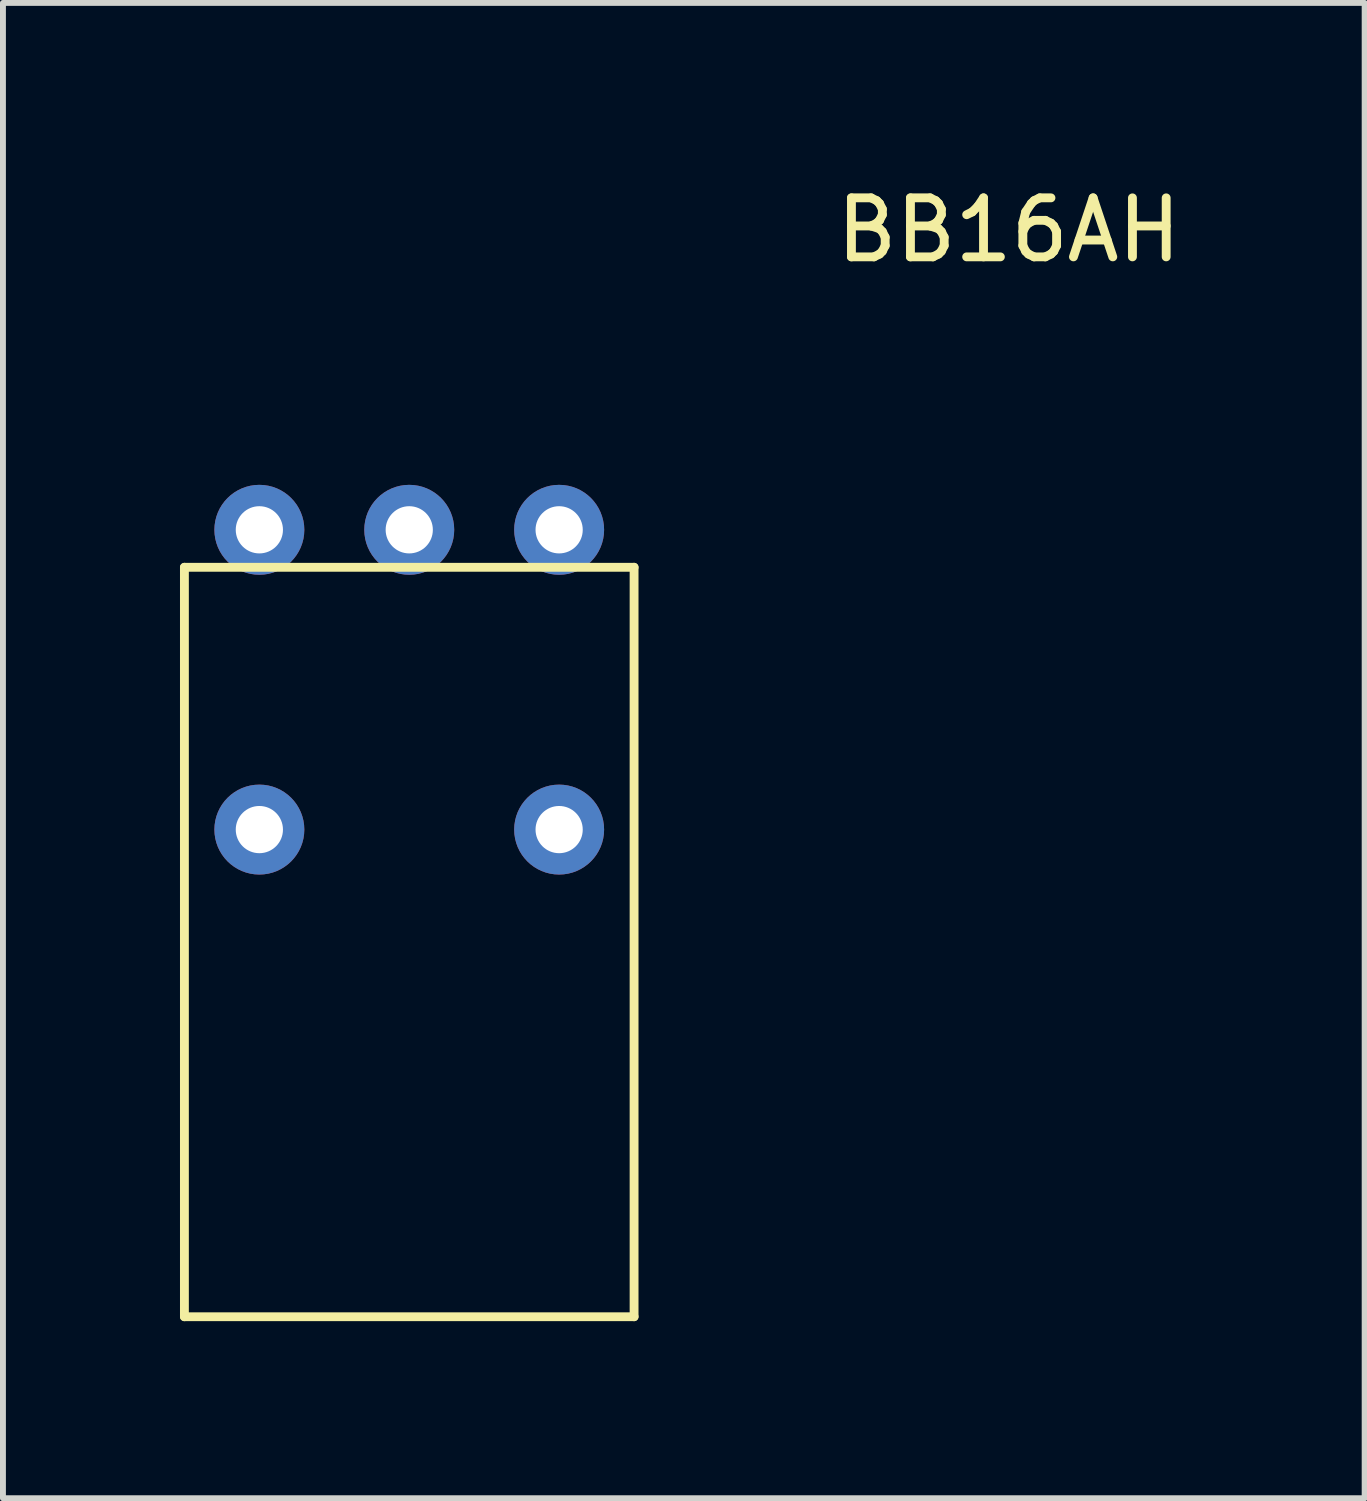
<source format=kicad_pcb>
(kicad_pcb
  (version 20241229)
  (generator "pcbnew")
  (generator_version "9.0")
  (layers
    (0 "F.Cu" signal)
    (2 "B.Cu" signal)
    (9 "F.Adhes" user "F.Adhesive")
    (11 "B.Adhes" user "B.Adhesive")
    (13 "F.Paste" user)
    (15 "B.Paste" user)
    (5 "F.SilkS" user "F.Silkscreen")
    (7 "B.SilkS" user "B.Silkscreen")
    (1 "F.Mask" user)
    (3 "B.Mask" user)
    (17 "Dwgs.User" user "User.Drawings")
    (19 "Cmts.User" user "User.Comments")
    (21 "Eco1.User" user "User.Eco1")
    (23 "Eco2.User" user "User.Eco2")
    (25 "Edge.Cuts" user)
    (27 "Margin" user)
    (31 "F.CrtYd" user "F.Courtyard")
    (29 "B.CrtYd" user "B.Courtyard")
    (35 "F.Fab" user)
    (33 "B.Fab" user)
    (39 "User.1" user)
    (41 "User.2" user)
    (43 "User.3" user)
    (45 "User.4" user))
  (footprint "BB16AH"
    (layer "F.Cu")
    (at 3.885 11.008)
    (property "Reference" "BB16AH" (at 10.16 -10.16 0) (layer "F.SilkS") (effects (font (size 1 1) (thickness 0.15))))
    (attr through_hole)
    (fp_line (start -3.81 -4.445) (end 3.81 -4.445) (stroke (width 0.15) (type solid)) (layer "F.SilkS"))
    (fp_line (start -3.81 8.255) (end -3.81 -4.445) (stroke (width 0.15) (type solid)) (layer "F.SilkS"))
    (fp_line (start 3.81 -4.445) (end 3.81 8.255) (stroke (width 0.15) (type solid)) (layer "F.SilkS"))
    (fp_line (start 3.81 8.255) (end -3.81 8.255) (stroke (width 0.15) (type solid)) (layer "F.SilkS"))
    (pad "" np_thru_hole circle (at -2.54 0) (size 1.524 1.524) (drill 0.8) (layers "*.Cu" "*.Mask"))
    (pad "" np_thru_hole circle (at 2.54 0) (size 1.524 1.524) (drill 0.8) (layers "*.Cu" "*.Mask"))
    (pad "1" thru_hole circle (at -2.54 -5.08) (size 1.524 1.524) (drill 0.8) (layers "*.Cu" "*.Mask"))
    (pad "2" thru_hole circle (at 0 -5.08) (size 1.524 1.524) (drill 0.8) (layers "*.Cu" "*.Mask"))
    (pad "3" thru_hole circle (at 2.54 -5.08) (size 1.524 1.524) (drill 0.8) (layers "*.Cu" "*.Mask")))
  (gr_rect
    (start -3 -3)
    (end 20.075 22.338)
    (stroke (width 0.1) (type default))
    (fill no)
    (layer "Edge.Cuts")))
</source>
